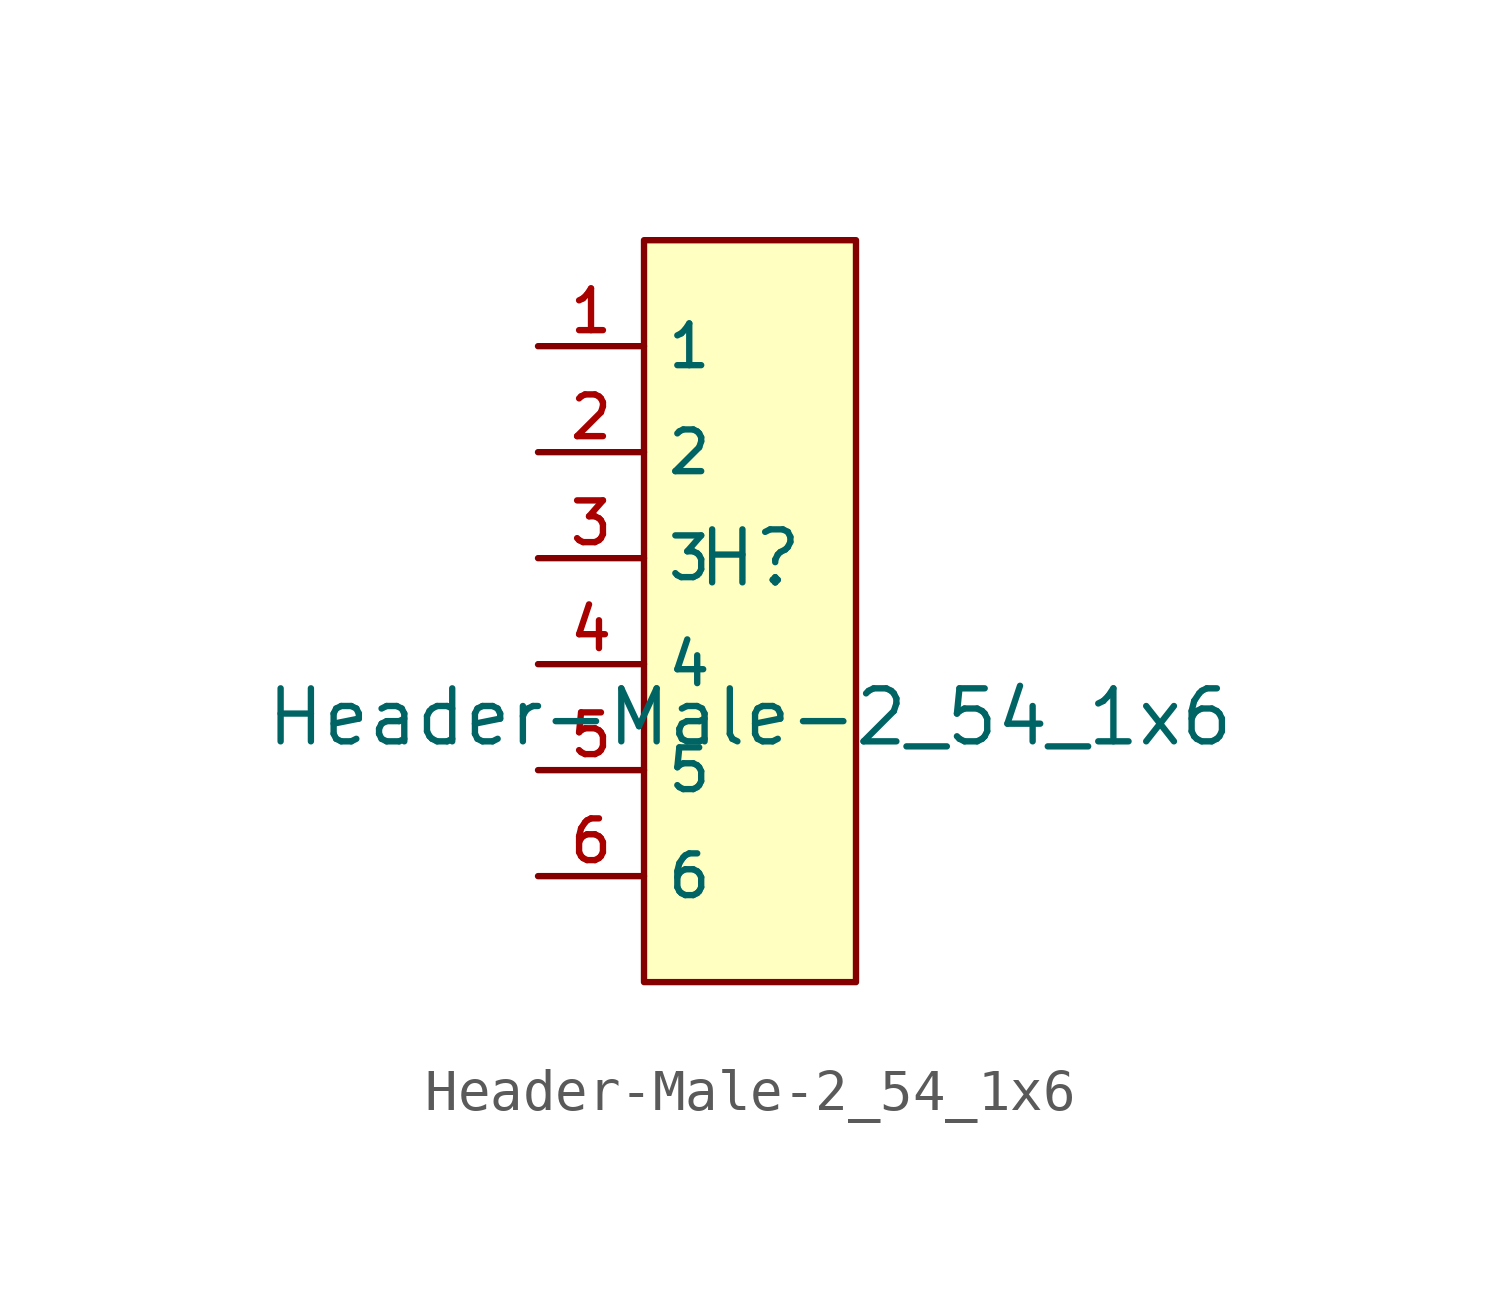
<source format=kicad_sym>
(kicad_symbol_lib
  (version 20210201)
  (generator TousstNicolas/JLC2KiCad_lib)
  (symbol "Header-Male-2_54_1x6"
    (property "Reference" "H"
      (at 0 1.27 0)
      (effects (font (size 1.27 1.27))))
    (property "Value" "Header-Male-2_54_1x6"
      (at 0 -2.54 0)
      (effects (font (size 1.27 1.27))))
    (symbol "Header-Male-2_54_1x6_0_1"
      (rectangle (start -2.54 8.89) (end 2.54 -8.89) (stroke (width 0) (type default) (color 0 0 0 0)) (fill (type background)))
      (pin input line (at -5.08 6.35 0) (length 2.54) (name "1" (effects (font (size 1 1)))) (number "1" (effects (font (size 1 1)))))
      (pin input line (at -5.08 3.81 0) (length 2.54) (name "2" (effects (font (size 1 1)))) (number "2" (effects (font (size 1 1)))))
      (pin input line (at -5.08 1.27 0) (length 2.54) (name "3" (effects (font (size 1 1)))) (number "3" (effects (font (size 1 1)))))
      (pin input line (at -5.08 -1.27 0) (length 2.54) (name "4" (effects (font (size 1 1)))) (number "4" (effects (font (size 1 1)))))
      (pin input line (at -5.08 -3.81 0) (length 2.54) (name "5" (effects (font (size 1 1)))) (number "5" (effects (font (size 1 1)))))
      (pin input line (at -5.08 -6.35 0) (length 2.54) (name "6" (effects (font (size 1 1)))) (number "6" (effects (font (size 1 1))))))))
</source>
